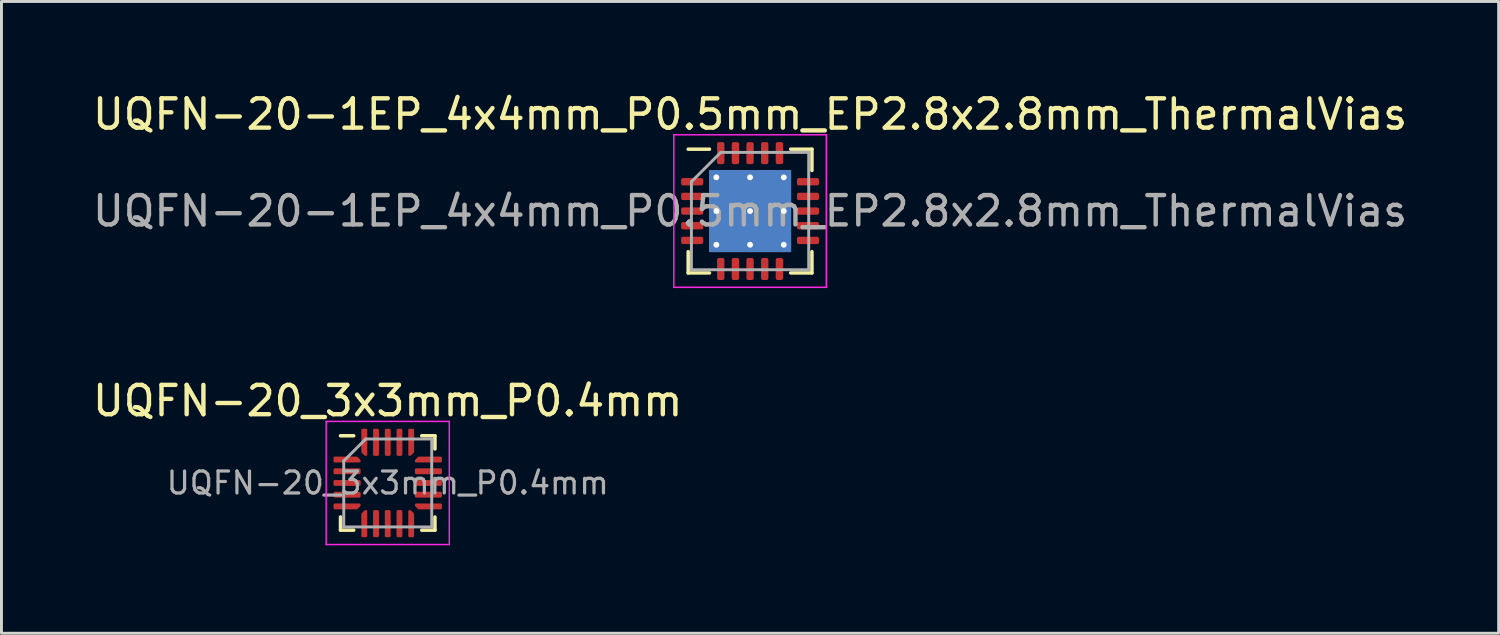
<source format=kicad_pcb>
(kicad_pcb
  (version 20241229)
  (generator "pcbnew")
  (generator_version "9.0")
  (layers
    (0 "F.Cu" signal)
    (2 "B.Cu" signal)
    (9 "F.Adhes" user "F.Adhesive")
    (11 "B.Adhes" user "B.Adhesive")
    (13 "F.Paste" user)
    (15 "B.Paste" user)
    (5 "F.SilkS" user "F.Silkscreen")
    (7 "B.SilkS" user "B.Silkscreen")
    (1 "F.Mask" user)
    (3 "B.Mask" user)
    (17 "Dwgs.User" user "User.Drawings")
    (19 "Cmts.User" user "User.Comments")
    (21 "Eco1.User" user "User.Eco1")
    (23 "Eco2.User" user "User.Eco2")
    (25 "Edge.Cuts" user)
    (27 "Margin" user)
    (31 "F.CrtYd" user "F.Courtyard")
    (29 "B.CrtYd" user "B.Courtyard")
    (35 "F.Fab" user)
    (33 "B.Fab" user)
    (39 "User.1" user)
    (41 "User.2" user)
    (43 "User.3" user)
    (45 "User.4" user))
  (footprint "UQFN-20_3x3mm_P0.4mm"
    (layer "F.Cu")
    (at 10.173 13.421)
    (property "Reference" "UQFN-20_3x3mm_P0.4mm" (at 0 -2.8 0) (layer "F.SilkS") (effects (font (size 1 1) (thickness 0.15))))
    (attr smd)
    (fp_line (start -1.61 1.61) (end -1.61 1.16) (stroke (width 0.12) (type solid)) (layer "F.SilkS"))
    (fp_line (start -1.16 -1.61) (end -1.61 -1.61) (stroke (width 0.12) (type solid)) (layer "F.SilkS"))
    (fp_line (start -1.16 1.61) (end -1.61 1.61) (stroke (width 0.12) (type solid)) (layer "F.SilkS"))
    (fp_line (start 1.16 -1.61) (end 1.61 -1.61) (stroke (width 0.12) (type solid)) (layer "F.SilkS"))
    (fp_line (start 1.16 1.61) (end 1.61 1.61) (stroke (width 0.12) (type solid)) (layer "F.SilkS"))
    (fp_line (start 1.61 -1.61) (end 1.61 -1.16) (stroke (width 0.12) (type solid)) (layer "F.SilkS"))
    (fp_line (start 1.61 1.61) (end 1.61 1.16) (stroke (width 0.12) (type solid)) (layer "F.SilkS"))
    (fp_line (start -2.1 -2.1) (end -2.1 2.1) (stroke (width 0.05) (type solid)) (layer "F.CrtYd"))
    (fp_line (start -2.1 2.1) (end 2.1 2.1) (stroke (width 0.05) (type solid)) (layer "F.CrtYd"))
    (fp_line (start 2.1 -2.1) (end -2.1 -2.1) (stroke (width 0.05) (type solid)) (layer "F.CrtYd"))
    (fp_line (start 2.1 2.1) (end 2.1 -2.1) (stroke (width 0.05) (type solid)) (layer "F.CrtYd"))
    (fp_line (start -1.5 -0.75) (end -0.75 -1.5) (stroke (width 0.1) (type solid)) (layer "F.Fab"))
    (fp_line (start -1.5 1.5) (end -1.5 -0.75) (stroke (width 0.1) (type solid)) (layer "F.Fab"))
    (fp_line (start -0.75 -1.5) (end 1.5 -1.5) (stroke (width 0.1) (type solid)) (layer "F.Fab"))
    (fp_line (start 1.5 -1.5) (end 1.5 1.5) (stroke (width 0.1) (type solid)) (layer "F.Fab"))
    (fp_line (start 1.5 1.5) (end -1.5 1.5) (stroke (width 0.1) (type solid)) (layer "F.Fab"))
    (fp_text user "${REFERENCE}" (at 0 0 0) (layer "F.Fab") (effects (font (size 0.75 0.75) (thickness 0.11))))
    (pad "1" smd custom (at -1.387 -0.8) (size 0.115 0.115) (layers "F.Cu" "F.Mask" "F.Paste") (options (anchor circle)) (primitives (gr_poly (pts (xy -0.422 -0.06) (xy 0.326 -0.06) (xy 0.422 0.037) (xy 0.422 0.06) (xy -0.422 0.06)) (width 0.08) (fill yes))))
    (pad "2" smd roundrect (at -1.387 -0.4) (size 0.925 0.2) (layers "F.Cu" "F.Mask" "F.Paste") (roundrect_rratio 0.25))
    (pad "3" smd roundrect (at -1.387 0) (size 0.925 0.2) (layers "F.Cu" "F.Mask" "F.Paste") (roundrect_rratio 0.25))
    (pad "4" smd roundrect (at -1.387 0.4) (size 0.925 0.2) (layers "F.Cu" "F.Mask" "F.Paste") (roundrect_rratio 0.25))
    (pad "5" smd custom (at -1.387 0.8) (size 0.115 0.115) (layers "F.Cu" "F.Mask" "F.Paste") (options (anchor circle)) (primitives (gr_poly (pts (xy -0.422 -0.06) (xy 0.422 -0.06) (xy 0.422 -0.037) (xy 0.326 0.06) (xy -0.422 0.06)) (width 0.08) (fill yes))))
    (pad "6" smd custom (at -0.8 1.387) (size 0.115 0.115) (layers "F.Cu" "F.Mask" "F.Paste") (options (anchor circle)) (primitives (gr_poly (pts (xy -0.06 -0.326) (xy 0.037 -0.422) (xy 0.06 -0.422) (xy 0.06 0.422) (xy -0.06 0.422)) (width 0.08) (fill yes))))
    (pad "7" smd roundrect (at -0.4 1.387) (size 0.2 0.925) (layers "F.Cu" "F.Mask" "F.Paste") (roundrect_rratio 0.25))
    (pad "8" smd roundrect (at 0 1.387) (size 0.2 0.925) (layers "F.Cu" "F.Mask" "F.Paste") (roundrect_rratio 0.25))
    (pad "9" smd roundrect (at 0.4 1.387) (size 0.2 0.925) (layers "F.Cu" "F.Mask" "F.Paste") (roundrect_rratio 0.25))
    (pad "10" smd custom (at 0.8 1.387) (size 0.115 0.115) (layers "F.Cu" "F.Mask" "F.Paste") (options (anchor circle)) (primitives (gr_poly (pts (xy -0.06 -0.422) (xy -0.037 -0.422) (xy 0.06 -0.326) (xy 0.06 0.422) (xy -0.06 0.422)) (width 0.08) (fill yes))))
    (pad "11" smd custom (at 1.387 0.8) (size 0.115 0.115) (layers "F.Cu" "F.Mask" "F.Paste") (options (anchor circle)) (primitives (gr_poly (pts (xy -0.422 -0.06) (xy 0.422 -0.06) (xy 0.422 0.06) (xy -0.326 0.06) (xy -0.422 -0.037)) (width 0.08) (fill yes))))
    (pad "12" smd roundrect (at 1.387 0.4) (size 0.925 0.2) (layers "F.Cu" "F.Mask" "F.Paste") (roundrect_rratio 0.25))
    (pad "13" smd roundrect (at 1.387 0) (size 0.925 0.2) (layers "F.Cu" "F.Mask" "F.Paste") (roundrect_rratio 0.25))
    (pad "14" smd roundrect (at 1.387 -0.4) (size 0.925 0.2) (layers "F.Cu" "F.Mask" "F.Paste") (roundrect_rratio 0.25))
    (pad "15" smd custom (at 1.387 -0.8) (size 0.115 0.115) (layers "F.Cu" "F.Mask" "F.Paste") (options (anchor circle)) (primitives (gr_poly (pts (xy -0.422 0.037) (xy -0.326 -0.06) (xy 0.422 -0.06) (xy 0.422 0.06) (xy -0.422 0.06)) (width 0.08) (fill yes))))
    (pad "16" smd custom (at 0.8 -1.387) (size 0.115 0.115) (layers "F.Cu" "F.Mask" "F.Paste") (options (anchor circle)) (primitives (gr_poly (pts (xy -0.06 -0.422) (xy 0.06 -0.422) (xy 0.06 0.326) (xy -0.037 0.422) (xy -0.06 0.422)) (width 0.08) (fill yes))))
    (pad "17" smd roundrect (at 0.4 -1.387) (size 0.2 0.925) (layers "F.Cu" "F.Mask" "F.Paste") (roundrect_rratio 0.25))
    (pad "18" smd roundrect (at 0 -1.387) (size 0.2 0.925) (layers "F.Cu" "F.Mask" "F.Paste") (roundrect_rratio 0.25))
    (pad "19" smd roundrect (at -0.4 -1.387) (size 0.2 0.925) (layers "F.Cu" "F.Mask" "F.Paste") (roundrect_rratio 0.25))
    (pad "20" smd custom (at -0.8 -1.387) (size 0.115 0.115) (layers "F.Cu" "F.Mask" "F.Paste") (options (anchor circle)) (primitives (gr_poly (pts (xy -0.06 -0.422) (xy 0.06 -0.422) (xy 0.06 0.422) (xy 0.037 0.422) (xy -0.06 0.326)) (width 0.08) (fill yes)))))
  (footprint "UQFN-20-1EP_4x4mm_P0.5mm_EP2.8x2.8mm_ThermalVias"
    (layer "F.Cu")
    (at 22.53 4.148)
    (property "Reference" "UQFN-20-1EP_4x4mm_P0.5mm_EP2.8x2.8mm_ThermalVias" (at 0 -3.3 0) (layer "F.SilkS") (effects (font (size 1 1) (thickness 0.15))))
    (attr smd)
    (fp_line (start -2.11 2.11) (end -2.11 1.385) (stroke (width 0.12) (type solid)) (layer "F.SilkS"))
    (fp_line (start -1.385 -2.11) (end -2.11 -2.11) (stroke (width 0.12) (type solid)) (layer "F.SilkS"))
    (fp_line (start -1.385 2.11) (end -2.11 2.11) (stroke (width 0.12) (type solid)) (layer "F.SilkS"))
    (fp_line (start 1.385 -2.11) (end 2.11 -2.11) (stroke (width 0.12) (type solid)) (layer "F.SilkS"))
    (fp_line (start 1.385 2.11) (end 2.11 2.11) (stroke (width 0.12) (type solid)) (layer "F.SilkS"))
    (fp_line (start 2.11 -2.11) (end 2.11 -1.385) (stroke (width 0.12) (type solid)) (layer "F.SilkS"))
    (fp_line (start 2.11 2.11) (end 2.11 1.385) (stroke (width 0.12) (type solid)) (layer "F.SilkS"))
    (fp_line (start -2.6 -2.6) (end -2.6 2.6) (stroke (width 0.05) (type solid)) (layer "F.CrtYd"))
    (fp_line (start -2.6 2.6) (end 2.6 2.6) (stroke (width 0.05) (type solid)) (layer "F.CrtYd"))
    (fp_line (start 2.6 -2.6) (end -2.6 -2.6) (stroke (width 0.05) (type solid)) (layer "F.CrtYd"))
    (fp_line (start 2.6 2.6) (end 2.6 -2.6) (stroke (width 0.05) (type solid)) (layer "F.CrtYd"))
    (fp_line (start -2 -1) (end -1 -2) (stroke (width 0.1) (type solid)) (layer "F.Fab"))
    (fp_line (start -2 2) (end -2 -1) (stroke (width 0.1) (type solid)) (layer "F.Fab"))
    (fp_line (start -1 -2) (end 2 -2) (stroke (width 0.1) (type solid)) (layer "F.Fab"))
    (fp_line (start 2 -2) (end 2 2) (stroke (width 0.1) (type solid)) (layer "F.Fab"))
    (fp_line (start 2 2) (end -2 2) (stroke (width 0.1) (type solid)) (layer "F.Fab"))
    (fp_text user "${REFERENCE}" (at 0 0 0) (layer "F.Fab") (effects (font (size 1 1) (thickness 0.15))))
    (pad "" smd roundrect (at -0.7 -0.7) (size 1.17 1.17) (layers "F.Paste") (roundrect_rratio 0.214))
    (pad "" smd roundrect (at -0.7 0.7) (size 1.17 1.17) (layers "F.Paste") (roundrect_rratio 0.214))
    (pad "" smd roundrect (at 0.7 -0.7) (size 1.17 1.17) (layers "F.Paste") (roundrect_rratio 0.214))
    (pad "" smd roundrect (at 0.7 0.7) (size 1.17 1.17) (layers "F.Paste") (roundrect_rratio 0.214))
    (pad "1" smd roundrect (at -1.975 -1) (size 0.75 0.25) (layers "F.Cu" "F.Mask" "F.Paste") (roundrect_rratio 0.25))
    (pad "2" smd roundrect (at -1.975 -0.5) (size 0.75 0.25) (layers "F.Cu" "F.Mask" "F.Paste") (roundrect_rratio 0.25))
    (pad "3" smd roundrect (at -1.975 0) (size 0.75 0.25) (layers "F.Cu" "F.Mask" "F.Paste") (roundrect_rratio 0.25))
    (pad "4" smd roundrect (at -1.975 0.5) (size 0.75 0.25) (layers "F.Cu" "F.Mask" "F.Paste") (roundrect_rratio 0.25))
    (pad "5" smd roundrect (at -1.975 1) (size 0.75 0.25) (layers "F.Cu" "F.Mask" "F.Paste") (roundrect_rratio 0.25))
    (pad "6" smd roundrect (at -1 1.975) (size 0.25 0.75) (layers "F.Cu" "F.Mask" "F.Paste") (roundrect_rratio 0.25))
    (pad "7" smd roundrect (at -0.5 1.975) (size 0.25 0.75) (layers "F.Cu" "F.Mask" "F.Paste") (roundrect_rratio 0.25))
    (pad "8" smd roundrect (at 0 1.975) (size 0.25 0.75) (layers "F.Cu" "F.Mask" "F.Paste") (roundrect_rratio 0.25))
    (pad "9" smd roundrect (at 0.5 1.975) (size 0.25 0.75) (layers "F.Cu" "F.Mask" "F.Paste") (roundrect_rratio 0.25))
    (pad "10" smd roundrect (at 1 1.975) (size 0.25 0.75) (layers "F.Cu" "F.Mask" "F.Paste") (roundrect_rratio 0.25))
    (pad "11" smd roundrect (at 1.975 1) (size 0.75 0.25) (layers "F.Cu" "F.Mask" "F.Paste") (roundrect_rratio 0.25))
    (pad "12" smd roundrect (at 1.975 0.5) (size 0.75 0.25) (layers "F.Cu" "F.Mask" "F.Paste") (roundrect_rratio 0.25))
    (pad "13" smd roundrect (at 1.975 0) (size 0.75 0.25) (layers "F.Cu" "F.Mask" "F.Paste") (roundrect_rratio 0.25))
    (pad "14" smd roundrect (at 1.975 -0.5) (size 0.75 0.25) (layers "F.Cu" "F.Mask" "F.Paste") (roundrect_rratio 0.25))
    (pad "15" smd roundrect (at 1.975 -1) (size 0.75 0.25) (layers "F.Cu" "F.Mask" "F.Paste") (roundrect_rratio 0.25))
    (pad "16" smd roundrect (at 1 -1.975) (size 0.25 0.75) (layers "F.Cu" "F.Mask" "F.Paste") (roundrect_rratio 0.25))
    (pad "17" smd roundrect (at 0.5 -1.975) (size 0.25 0.75) (layers "F.Cu" "F.Mask" "F.Paste") (roundrect_rratio 0.25))
    (pad "18" smd roundrect (at 0 -1.975) (size 0.25 0.75) (layers "F.Cu" "F.Mask" "F.Paste") (roundrect_rratio 0.25))
    (pad "19" smd roundrect (at -0.5 -1.975) (size 0.25 0.75) (layers "F.Cu" "F.Mask" "F.Paste") (roundrect_rratio 0.25))
    (pad "20" smd roundrect (at -1 -1.975) (size 0.25 0.75) (layers "F.Cu" "F.Mask" "F.Paste") (roundrect_rratio 0.25))
    (pad "21" thru_hole circle (at -1.15 -1.15) (size 0.5 0.5) (drill 0.2) (layers "*.Cu"))
    (pad "21" thru_hole circle (at -1.15 0) (size 0.5 0.5) (drill 0.2) (layers "*.Cu"))
    (pad "21" thru_hole circle (at -1.15 1.15) (size 0.5 0.5) (drill 0.2) (layers "*.Cu"))
    (pad "21" thru_hole circle (at 0 -1.15) (size 0.5 0.5) (drill 0.2) (layers "*.Cu"))
    (pad "21" thru_hole circle (at 0 0) (size 0.5 0.5) (drill 0.2) (layers "*.Cu"))
    (pad "21" smd rect (at 0 0) (size 2.8 2.8) (layers "F.Cu" "F.Mask"))
    (pad "21" smd rect (at 0 0) (size 2.8 2.8) (layers "B.Cu"))
    (pad "21" thru_hole circle (at 0 1.15) (size 0.5 0.5) (drill 0.2) (layers "*.Cu"))
    (pad "21" thru_hole circle (at 1.15 -1.15) (size 0.5 0.5) (drill 0.2) (layers "*.Cu"))
    (pad "21" thru_hole circle (at 1.15 0) (size 0.5 0.5) (drill 0.2) (layers "*.Cu"))
    (pad "21" thru_hole circle (at 1.15 1.15) (size 0.5 0.5) (drill 0.2) (layers "*.Cu")))
  (gr_rect
    (start -3 -3)
    (end 48.06 18.547)
    (stroke (width 0.1) (type default))
    (fill no)
    (layer "Edge.Cuts")))
</source>
